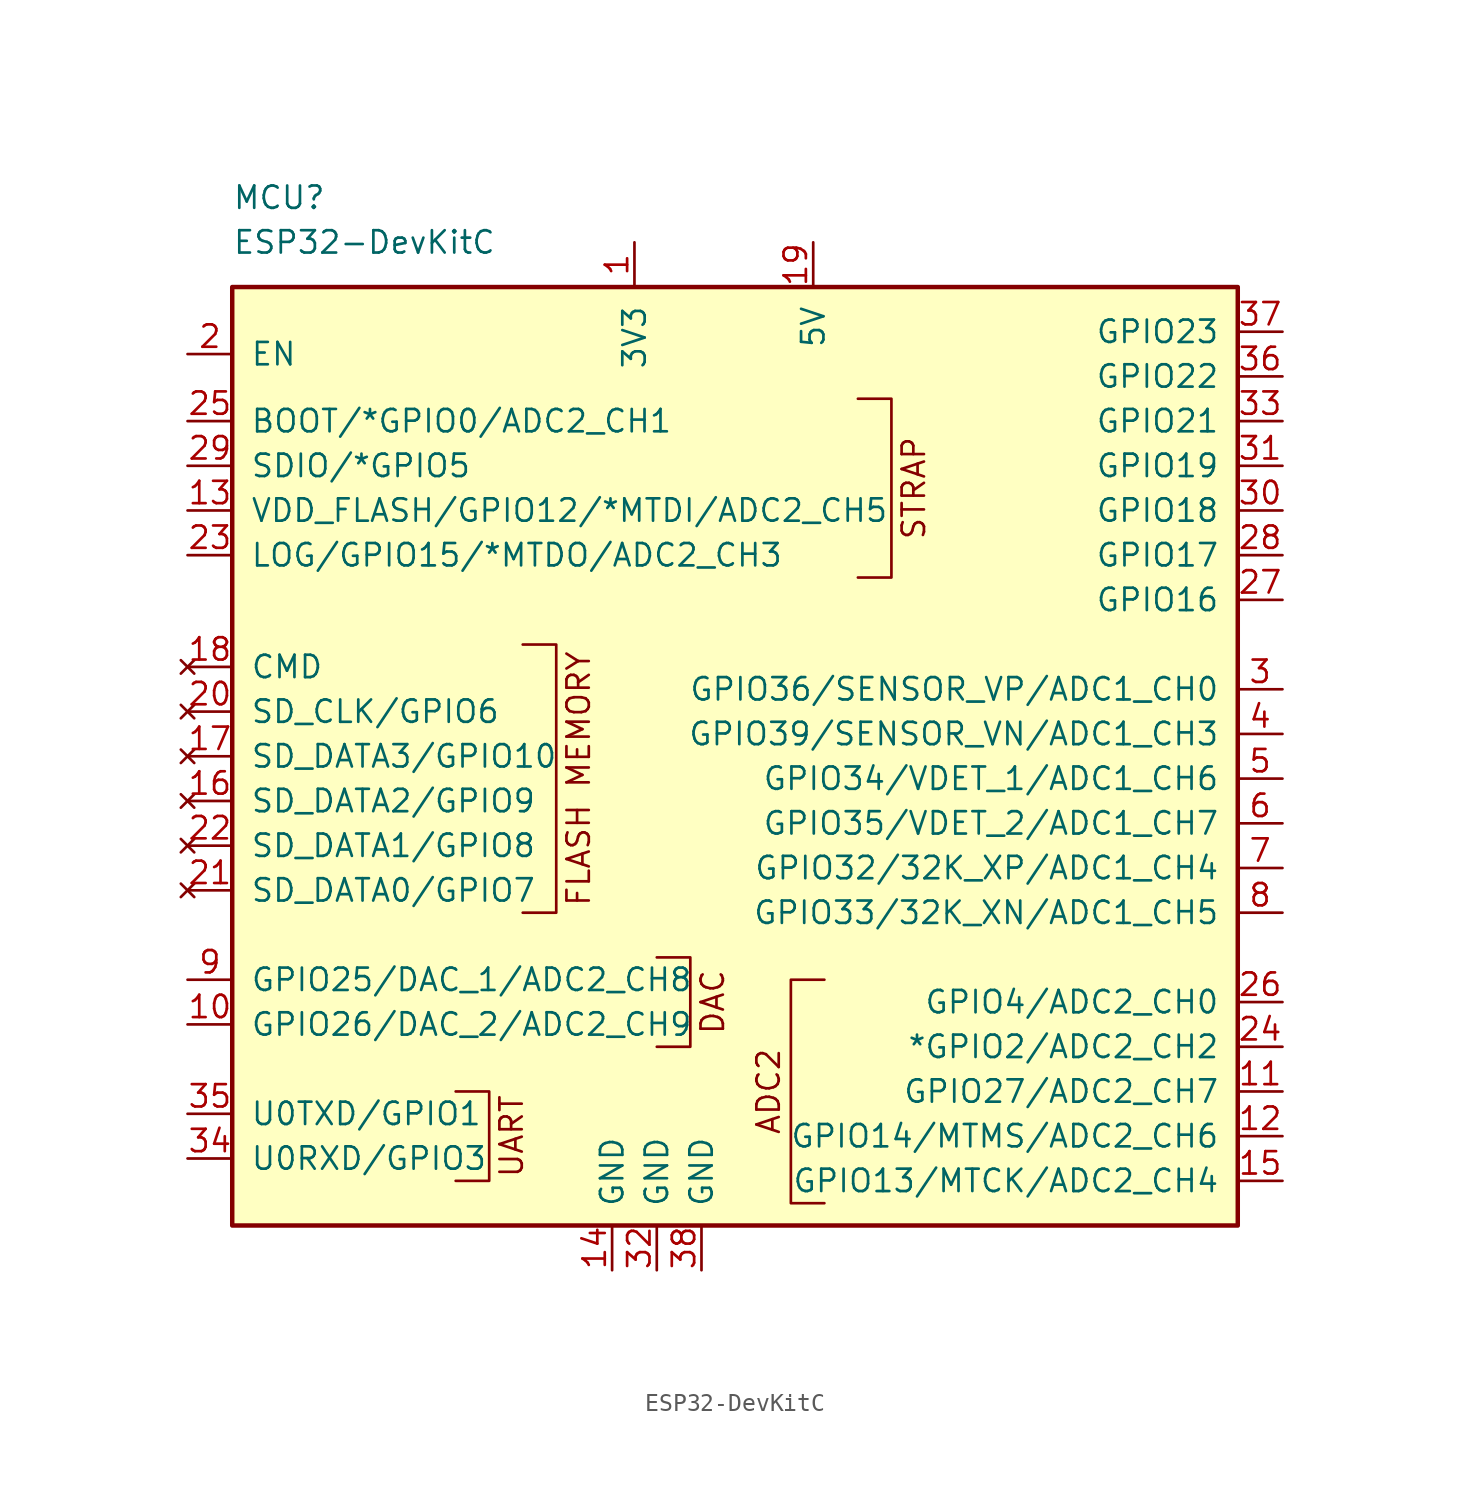
<source format=kicad_sym>
(kicad_symbol_lib
  (version 20220914)
  (generator kicad_symbol_editor)
  (symbol "ESP32-DevKitC"
    (pin_names
      (offset 1.016))
    (property "Reference" "MCU"
      (at -27.94 30.48 0)
      (effects (font (size 1.27 1.27)) (justify left)))
    (property "Value" "ESP32-DevKitC"
      (at -27.94 27.94 0)
      (effects (font (size 1.27 1.27)) (justify left)))
    (symbol "ESP32-DevKitC_0_0"
      (text "ADC2" (at 2.54 -20.32 900) (effects (font (size 1.27 1.27))))
      (text "DAC" (at -0.635 -15.24 900) (effects (font (size 1.27 1.27))))
      (text "FLASH MEMORY" (at -8.255 -2.54 900) (effects (font (size 1.27 1.27))))
      (text "STRAP" (at 10.795 13.97 900) (effects (font (size 1.27 1.27))))
      (text "UART" (at -12.065 -22.86 900) (effects (font (size 1.27 1.27))))
      (pin power_in line (at -6.35 -30.48 90) (length 2.54) (name "GND" (effects (font (size 1.27 1.27)))) (number "14" (effects (font (size 1.27 1.27)))))
      (pin power_in line (at 5.08 27.94 270) (length 2.54) (name "5V" (effects (font (size 1.27 1.27)))) (number "19" (effects (font (size 1.27 1.27))))))
    (symbol "ESP32-DevKitC_0_1"
      (rectangle (start -27.94 25.4) (end 29.21 -27.94) (stroke (width 0.254) (type default)) (fill (type background)))
      (polyline (pts (xy -15.24 -20.32) (xy -13.335 -20.32) (xy -13.335 -25.4) (xy -15.24 -25.4)) (stroke (width 0) (type default)) (fill (type none)))
      (polyline (pts (xy -11.43 5.08) (xy -9.525 5.08) (xy -9.525 -10.16) (xy -11.43 -10.16)) (stroke (width 0) (type default)) (fill (type none)))
      (polyline (pts (xy -3.81 -12.7) (xy -1.905 -12.7) (xy -1.905 -17.78) (xy -3.81 -17.78)) (stroke (width 0) (type default)) (fill (type none)))
      (polyline (pts (xy 5.715 -13.97) (xy 3.81 -13.97) (xy 3.81 -26.67) (xy 5.715 -26.67)) (stroke (width 0) (type default)) (fill (type none)))
      (polyline (pts (xy 7.62 19.05) (xy 9.525 19.05) (xy 9.525 8.89) (xy 7.62 8.89)) (stroke (width 0) (type default)) (fill (type none))))
    (symbol "ESP32-DevKitC_1_1"
      (pin power_out line (at -5.08 27.94 270) (length 2.54) (name "3V3" (effects (font (size 1.27 1.27)))) (number "1" (effects (font (size 1.27 1.27)))))
      (pin bidirectional line (at -30.48 -16.51 0) (length 2.54) (name "GPIO26/DAC_2/ADC2_CH9" (effects (font (size 1.27 1.27)))) (number "10" (effects (font (size 1.27 1.27)))))
      (pin bidirectional line (at 31.75 -20.32 180) (length 2.54) (name "GPIO27/ADC2_CH7" (effects (font (size 1.27 1.27)))) (number "11" (effects (font (size 1.27 1.27)))))
      (pin bidirectional line (at 31.75 -22.86 180) (length 2.54) (name "GPIO14/MTMS/ADC2_CH6" (effects (font (size 1.27 1.27)))) (number "12" (effects (font (size 1.27 1.27)))))
      (pin bidirectional line (at -30.48 12.7 0) (length 2.54) (name "VDD_FLASH/GPIO12/*MTDI/ADC2_CH5" (effects (font (size 1.27 1.27)))) (number "13" (effects (font (size 1.27 1.27)))))
      (pin bidirectional line (at 31.75 -25.4 180) (length 2.54) (name "GPIO13/MTCK/ADC2_CH4" (effects (font (size 1.27 1.27)))) (number "15" (effects (font (size 1.27 1.27)))))
      (pin no_connect line (at -30.48 -3.81 0) (length 2.54) (name "SD_DATA2/GPIO9" (effects (font (size 1.27 1.27)))) (number "16" (effects (font (size 1.27 1.27)))))
      (pin no_connect line (at -30.48 -1.27 0) (length 2.54) (name "SD_DATA3/GPIO10" (effects (font (size 1.27 1.27)))) (number "17" (effects (font (size 1.27 1.27)))))
      (pin no_connect line (at -30.48 3.81 0) (length 2.54) (name "CMD" (effects (font (size 1.27 1.27)))) (number "18" (effects (font (size 1.27 1.27)))))
      (pin input line (at -30.48 21.59 0) (length 2.54) (name "EN" (effects (font (size 1.27 1.27)))) (number "2" (effects (font (size 1.27 1.27)))))
      (pin no_connect line (at -30.48 1.27 0) (length 2.54) (name "SD_CLK/GPIO6" (effects (font (size 1.27 1.27)))) (number "20" (effects (font (size 1.27 1.27)))))
      (pin no_connect line (at -30.48 -8.89 0) (length 2.54) (name "SD_DATA0/GPIO7" (effects (font (size 1.27 1.27)))) (number "21" (effects (font (size 1.27 1.27)))))
      (pin no_connect line (at -30.48 -6.35 0) (length 2.54) (name "SD_DATA1/GPIO8" (effects (font (size 1.27 1.27)))) (number "22" (effects (font (size 1.27 1.27)))))
      (pin bidirectional line (at -30.48 10.16 0) (length 2.54) (name "LOG/GPIO15/*MTDO/ADC2_CH3" (effects (font (size 1.27 1.27)))) (number "23" (effects (font (size 1.27 1.27)))))
      (pin bidirectional line (at 31.75 -17.78 180) (length 2.54) (name "*GPIO2/ADC2_CH2" (effects (font (size 1.27 1.27)))) (number "24" (effects (font (size 1.27 1.27)))))
      (pin bidirectional line (at -30.48 17.78 0) (length 2.54) (name "BOOT/*GPIO0/ADC2_CH1" (effects (font (size 1.27 1.27)))) (number "25" (effects (font (size 1.27 1.27)))))
      (pin bidirectional line (at 31.75 -15.24 180) (length 2.54) (name "GPIO4/ADC2_CH0" (effects (font (size 1.27 1.27)))) (number "26" (effects (font (size 1.27 1.27)))))
      (pin bidirectional line (at 31.75 7.62 180) (length 2.54) (name "GPIO16" (effects (font (size 1.27 1.27)))) (number "27" (effects (font (size 1.27 1.27)))))
      (pin bidirectional line (at 31.75 10.16 180) (length 2.54) (name "GPIO17" (effects (font (size 1.27 1.27)))) (number "28" (effects (font (size 1.27 1.27)))))
      (pin bidirectional line (at -30.48 15.24 0) (length 2.54) (name "SDIO/*GPIO5" (effects (font (size 1.27 1.27)))) (number "29" (effects (font (size 1.27 1.27)))))
      (pin input line (at 31.75 2.54 180) (length 2.54) (name "GPIO36/SENSOR_VP/ADC1_CH0" (effects (font (size 1.27 1.27)))) (number "3" (effects (font (size 1.27 1.27)))))
      (pin bidirectional line (at 31.75 12.7 180) (length 2.54) (name "GPIO18" (effects (font (size 1.27 1.27)))) (number "30" (effects (font (size 1.27 1.27)))))
      (pin bidirectional line (at 31.75 15.24 180) (length 2.54) (name "GPIO19" (effects (font (size 1.27 1.27)))) (number "31" (effects (font (size 1.27 1.27)))))
      (pin power_in line (at -3.81 -30.48 90) (length 2.54) (name "GND" (effects (font (size 1.27 1.27)))) (number "32" (effects (font (size 1.27 1.27)))))
      (pin bidirectional line (at 31.75 17.78 180) (length 2.54) (name "GPIO21" (effects (font (size 1.27 1.27)))) (number "33" (effects (font (size 1.27 1.27)))))
      (pin bidirectional line (at -30.48 -24.13 0) (length 2.54) (name "U0RXD/GPIO3" (effects (font (size 1.27 1.27)))) (number "34" (effects (font (size 1.27 1.27)))))
      (pin bidirectional line (at -30.48 -21.59 0) (length 2.54) (name "U0TXD/GPIO1" (effects (font (size 1.27 1.27)))) (number "35" (effects (font (size 1.27 1.27)))))
      (pin bidirectional line (at 31.75 20.32 180) (length 2.54) (name "GPIO22" (effects (font (size 1.27 1.27)))) (number "36" (effects (font (size 1.27 1.27)))))
      (pin bidirectional line (at 31.75 22.86 180) (length 2.54) (name "GPIO23" (effects (font (size 1.27 1.27)))) (number "37" (effects (font (size 1.27 1.27)))))
      (pin power_in line (at -1.27 -30.48 90) (length 2.54) (name "GND" (effects (font (size 1.27 1.27)))) (number "38" (effects (font (size 1.27 1.27)))))
      (pin input line (at 31.75 0 180) (length 2.54) (name "GPIO39/SENSOR_VN/ADC1_CH3" (effects (font (size 1.27 1.27)))) (number "4" (effects (font (size 1.27 1.27)))))
      (pin input line (at 31.75 -2.54 180) (length 2.54) (name "GPIO34/VDET_1/ADC1_CH6" (effects (font (size 1.27 1.27)))) (number "5" (effects (font (size 1.27 1.27)))))
      (pin input line (at 31.75 -5.08 180) (length 2.54) (name "GPIO35/VDET_2/ADC1_CH7" (effects (font (size 1.27 1.27)))) (number "6" (effects (font (size 1.27 1.27)))))
      (pin bidirectional line (at 31.75 -7.62 180) (length 2.54) (name "GPIO32/32K_XP/ADC1_CH4" (effects (font (size 1.27 1.27)))) (number "7" (effects (font (size 1.27 1.27)))))
      (pin bidirectional line (at 31.75 -10.16 180) (length 2.54) (name "GPIO33/32K_XN/ADC1_CH5" (effects (font (size 1.27 1.27)))) (number "8" (effects (font (size 1.27 1.27)))))
      (pin bidirectional line (at -30.48 -13.97 0) (length 2.54) (name "GPIO25/DAC_1/ADC2_CH8" (effects (font (size 1.27 1.27)))) (number "9" (effects (font (size 1.27 1.27))))))))
</source>
